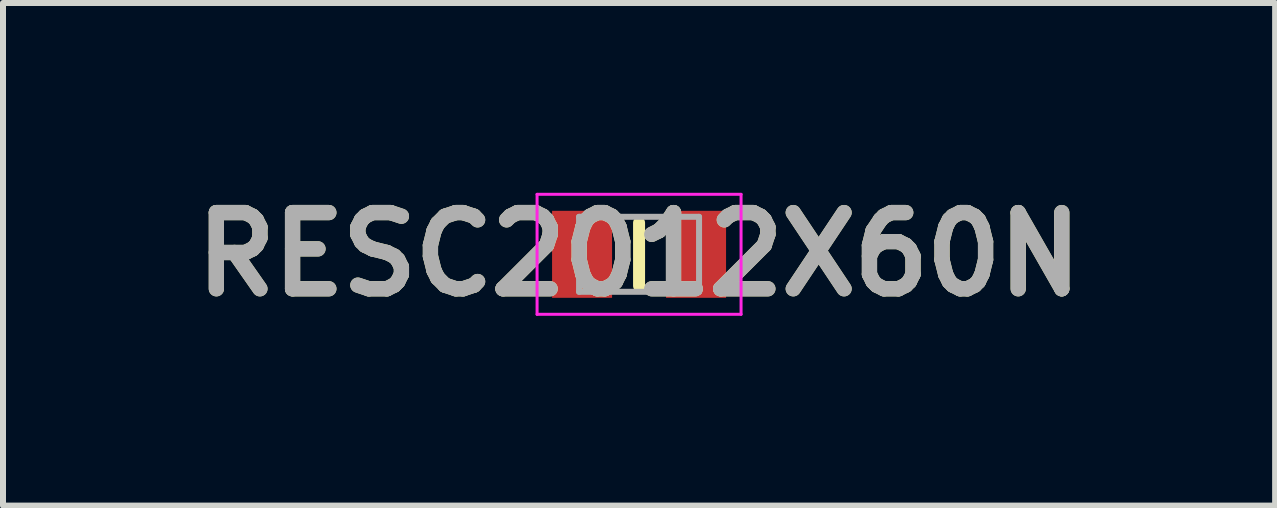
<source format=kicad_pcb>
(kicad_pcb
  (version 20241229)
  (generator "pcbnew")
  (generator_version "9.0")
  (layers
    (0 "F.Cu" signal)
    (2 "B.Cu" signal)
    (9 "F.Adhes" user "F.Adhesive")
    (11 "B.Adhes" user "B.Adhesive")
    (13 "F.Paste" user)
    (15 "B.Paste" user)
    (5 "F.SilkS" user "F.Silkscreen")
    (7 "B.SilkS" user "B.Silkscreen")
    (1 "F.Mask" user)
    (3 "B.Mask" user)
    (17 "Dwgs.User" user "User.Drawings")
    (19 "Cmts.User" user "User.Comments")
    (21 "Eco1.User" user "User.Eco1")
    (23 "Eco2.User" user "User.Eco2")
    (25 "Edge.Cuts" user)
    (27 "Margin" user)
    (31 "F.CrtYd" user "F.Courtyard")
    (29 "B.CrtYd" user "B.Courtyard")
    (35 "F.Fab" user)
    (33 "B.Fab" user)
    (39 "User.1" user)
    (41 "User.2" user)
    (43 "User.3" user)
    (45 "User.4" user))
  (footprint "RESC2012X60N"
    (layer "F.Cu")
    (at 7.602 1.189)
    (property "Reference" "RESC2012X60N" (at 0 0 0) (layer "F.SilkS") (effects (font (size 1.27 1.27) (thickness 0.254))))
    (attr smd)
    (fp_line (start 0 -0.525) (end 0 0.525) (stroke (width 0.2) (type solid)) (layer "F.SilkS"))
    (fp_line (start -1.7 -1) (end 1.7 -1) (stroke (width 0.05) (type solid)) (layer "F.CrtYd"))
    (fp_line (start -1.7 1) (end -1.7 -1) (stroke (width 0.05) (type solid)) (layer "F.CrtYd"))
    (fp_line (start 1.7 -1) (end 1.7 1) (stroke (width 0.05) (type solid)) (layer "F.CrtYd"))
    (fp_line (start 1.7 1) (end -1.7 1) (stroke (width 0.05) (type solid)) (layer "F.CrtYd"))
    (fp_line (start -1 -0.625) (end 1 -0.625) (stroke (width 0.1) (type solid)) (layer "F.Fab"))
    (fp_line (start -1 0.625) (end -1 -0.625) (stroke (width 0.1) (type solid)) (layer "F.Fab"))
    (fp_line (start 1 -0.625) (end 1 0.625) (stroke (width 0.1) (type solid)) (layer "F.Fab"))
    (fp_line (start 1 0.625) (end -1 0.625) (stroke (width 0.1) (type solid)) (layer "F.Fab"))
    (fp_text user "${REFERENCE}" (at 0 0 0) (layer "F.Fab") (effects (font (size 1.27 1.27) (thickness 0.254))))
    (pad "1" smd rect (at -0.95 0) (size 1 1.45) (layers "F.Cu" "F.Mask" "F.Paste"))
    (pad "2" smd rect (at 0.95 0) (size 1 1.45) (layers "F.Cu" "F.Mask" "F.Paste")))
  (gr_rect
    (start -3 -3)
    (end 18.204 5.377)
    (stroke (width 0.1) (type default))
    (fill no)
    (layer "Edge.Cuts")))
</source>
